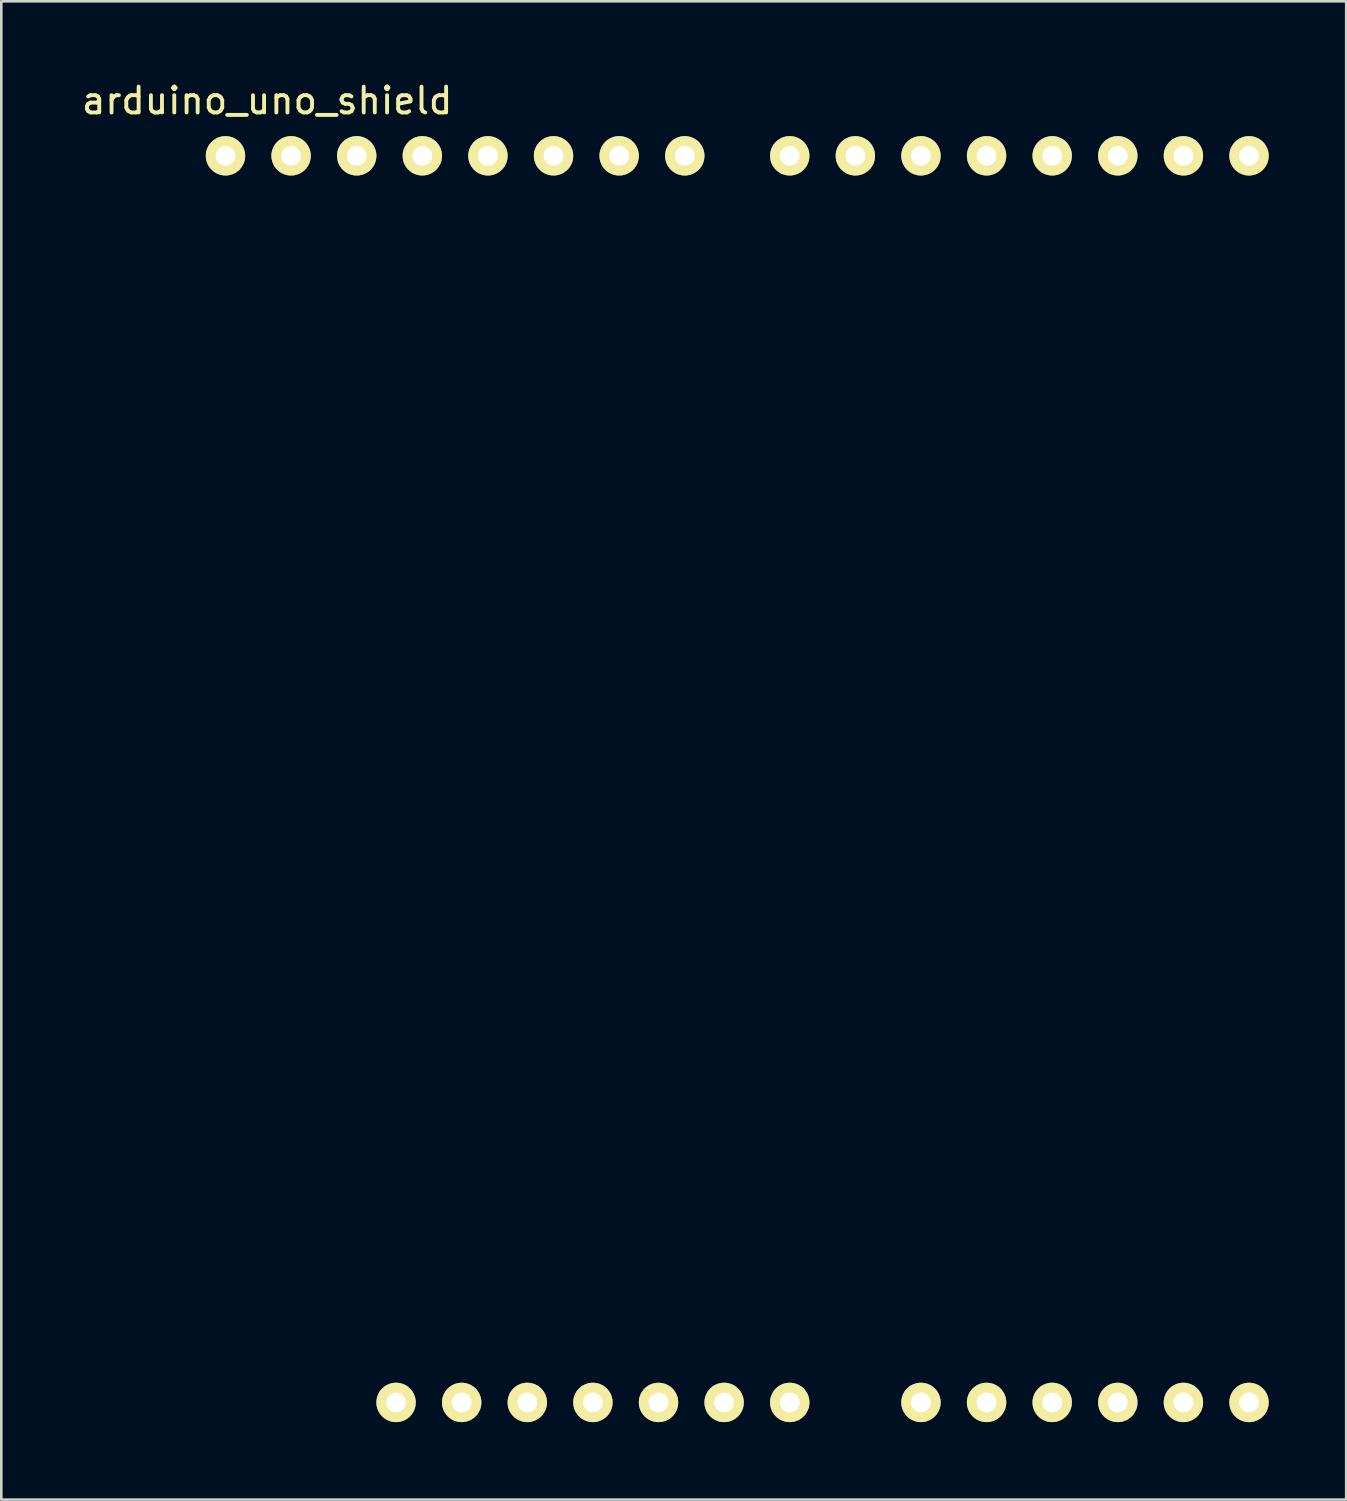
<source format=kicad_pcb>
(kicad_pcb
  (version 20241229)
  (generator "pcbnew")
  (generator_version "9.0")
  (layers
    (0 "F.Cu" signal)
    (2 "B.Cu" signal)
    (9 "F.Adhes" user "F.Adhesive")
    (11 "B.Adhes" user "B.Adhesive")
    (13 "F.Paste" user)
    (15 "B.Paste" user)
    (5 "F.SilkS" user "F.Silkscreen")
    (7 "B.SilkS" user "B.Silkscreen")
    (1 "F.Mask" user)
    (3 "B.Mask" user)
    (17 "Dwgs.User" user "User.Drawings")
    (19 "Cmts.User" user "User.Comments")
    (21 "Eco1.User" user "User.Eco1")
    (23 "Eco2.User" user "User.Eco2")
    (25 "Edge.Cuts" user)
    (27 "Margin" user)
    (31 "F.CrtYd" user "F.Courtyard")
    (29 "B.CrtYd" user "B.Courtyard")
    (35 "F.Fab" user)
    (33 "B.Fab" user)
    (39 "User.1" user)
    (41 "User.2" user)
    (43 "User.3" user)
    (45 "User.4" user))
  (footprint "arduino_uno_shield"
    (layer "F.Cu")
    (at 24.983 25.842)
    (property "Reference" "arduino_uno_shield" (at -17.691 -24.994 0) (layer "F.SilkS") (effects (font (size 1 1) (thickness 0.15))))
    (attr through_hole)
    (pad "1" thru_hole circle (at 20.32 -22.86 180) (size 1.524 1.524) (drill 0.762) (layers "*.Cu" "*.Mask" "F.SilkS"))
    (pad "2" thru_hole circle (at 17.78 -22.86 180) (size 1.524 1.524) (drill 0.762) (layers "*.Cu" "*.Mask" "F.SilkS"))
    (pad "3" thru_hole circle (at 15.24 -22.86 180) (size 1.524 1.524) (drill 0.762) (layers "*.Cu" "*.Mask" "F.SilkS"))
    (pad "4" thru_hole circle (at 12.7 -22.86 180) (size 1.524 1.524) (drill 0.762) (layers "*.Cu" "*.Mask" "F.SilkS"))
    (pad "5" thru_hole circle (at 10.16 -22.86 180) (size 1.524 1.524) (drill 0.762) (layers "*.Cu" "*.Mask" "F.SilkS"))
    (pad "6" thru_hole circle (at 7.62 -22.86 180) (size 1.524 1.524) (drill 0.762) (layers "*.Cu" "*.Mask" "F.SilkS"))
    (pad "7" thru_hole circle (at 5.08 -22.86 180) (size 1.524 1.524) (drill 0.762) (layers "*.Cu" "*.Mask" "F.SilkS"))
    (pad "8" thru_hole circle (at 2.54 -22.86 180) (size 1.524 1.524) (drill 0.762) (layers "*.Cu" "*.Mask" "F.SilkS"))
    (pad "9" thru_hole circle (at -1.524 -22.86 180) (size 1.524 1.524) (drill 0.762) (layers "*.Cu" "*.Mask" "F.SilkS"))
    (pad "10" thru_hole circle (at -4.064 -22.86 180) (size 1.524 1.524) (drill 0.762) (layers "*.Cu" "*.Mask" "F.SilkS"))
    (pad "11" thru_hole circle (at -6.604 -22.86 180) (size 1.524 1.524) (drill 0.762) (layers "*.Cu" "*.Mask" "F.SilkS"))
    (pad "12" thru_hole circle (at -9.144 -22.86 180) (size 1.524 1.524) (drill 0.762) (layers "*.Cu" "*.Mask" "F.SilkS"))
    (pad "13" thru_hole circle (at -11.684 -22.86 180) (size 1.524 1.524) (drill 0.762) (layers "*.Cu" "*.Mask" "F.SilkS"))
    (pad "14" thru_hole circle (at -14.224 -22.86 180) (size 1.524 1.524) (drill 0.762) (layers "*.Cu" "*.Mask" "F.SilkS"))
    (pad "15" thru_hole circle (at -16.764 -22.86 180) (size 1.524 1.524) (drill 0.762) (layers "*.Cu" "*.Mask" "F.SilkS"))
    (pad "16" thru_hole circle (at -19.304 -22.86 180) (size 1.524 1.524) (drill 0.762) (layers "*.Cu" "*.Mask" "F.SilkS"))
    (pad "17" thru_hole circle (at -12.7 25.4 180) (size 1.524 1.524) (drill 0.762) (layers "*.Cu" "*.Mask" "F.SilkS"))
    (pad "18" thru_hole circle (at -10.16 25.4 180) (size 1.524 1.524) (drill 0.762) (layers "*.Cu" "*.Mask" "F.SilkS"))
    (pad "19" thru_hole circle (at -7.62 25.4) (size 1.524 1.524) (drill 0.762) (layers "*.Cu" "*.Mask" "F.SilkS"))
    (pad "20" thru_hole circle (at -5.08 25.4) (size 1.524 1.524) (drill 0.762) (layers "*.Cu" "*.Mask" "F.SilkS"))
    (pad "21" thru_hole circle (at -2.54 25.4) (size 1.524 1.524) (drill 0.762) (layers "*.Cu" "*.Mask" "F.SilkS"))
    (pad "22" thru_hole circle (at 0 25.4) (size 1.524 1.524) (drill 0.762) (layers "*.Cu" "*.Mask" "F.SilkS"))
    (pad "23" thru_hole circle (at 2.54 25.4) (size 1.524 1.524) (drill 0.762) (layers "*.Cu" "*.Mask" "F.SilkS"))
    (pad "24" thru_hole circle (at 7.62 25.4) (size 1.524 1.524) (drill 0.762) (layers "*.Cu" "*.Mask" "F.SilkS"))
    (pad "25" thru_hole circle (at 10.16 25.4) (size 1.524 1.524) (drill 0.762) (layers "*.Cu" "*.Mask" "F.SilkS"))
    (pad "26" thru_hole circle (at 12.7 25.4) (size 1.524 1.524) (drill 0.762) (layers "*.Cu" "*.Mask" "F.SilkS"))
    (pad "27" thru_hole circle (at 15.24 25.4) (size 1.524 1.524) (drill 0.762) (layers "*.Cu" "*.Mask" "F.SilkS"))
    (pad "28" thru_hole circle (at 17.78 25.4) (size 1.524 1.524) (drill 0.762) (layers "*.Cu" "*.Mask" "F.SilkS"))
    (pad "29" thru_hole circle (at 20.32 25.4) (size 1.524 1.524) (drill 0.762) (layers "*.Cu" "*.Mask" "F.SilkS")))
  (gr_rect
    (start -3 -3)
    (end 49.065 55.004)
    (stroke (width 0.1) (type default))
    (fill no)
    (layer "Edge.Cuts")))
</source>
